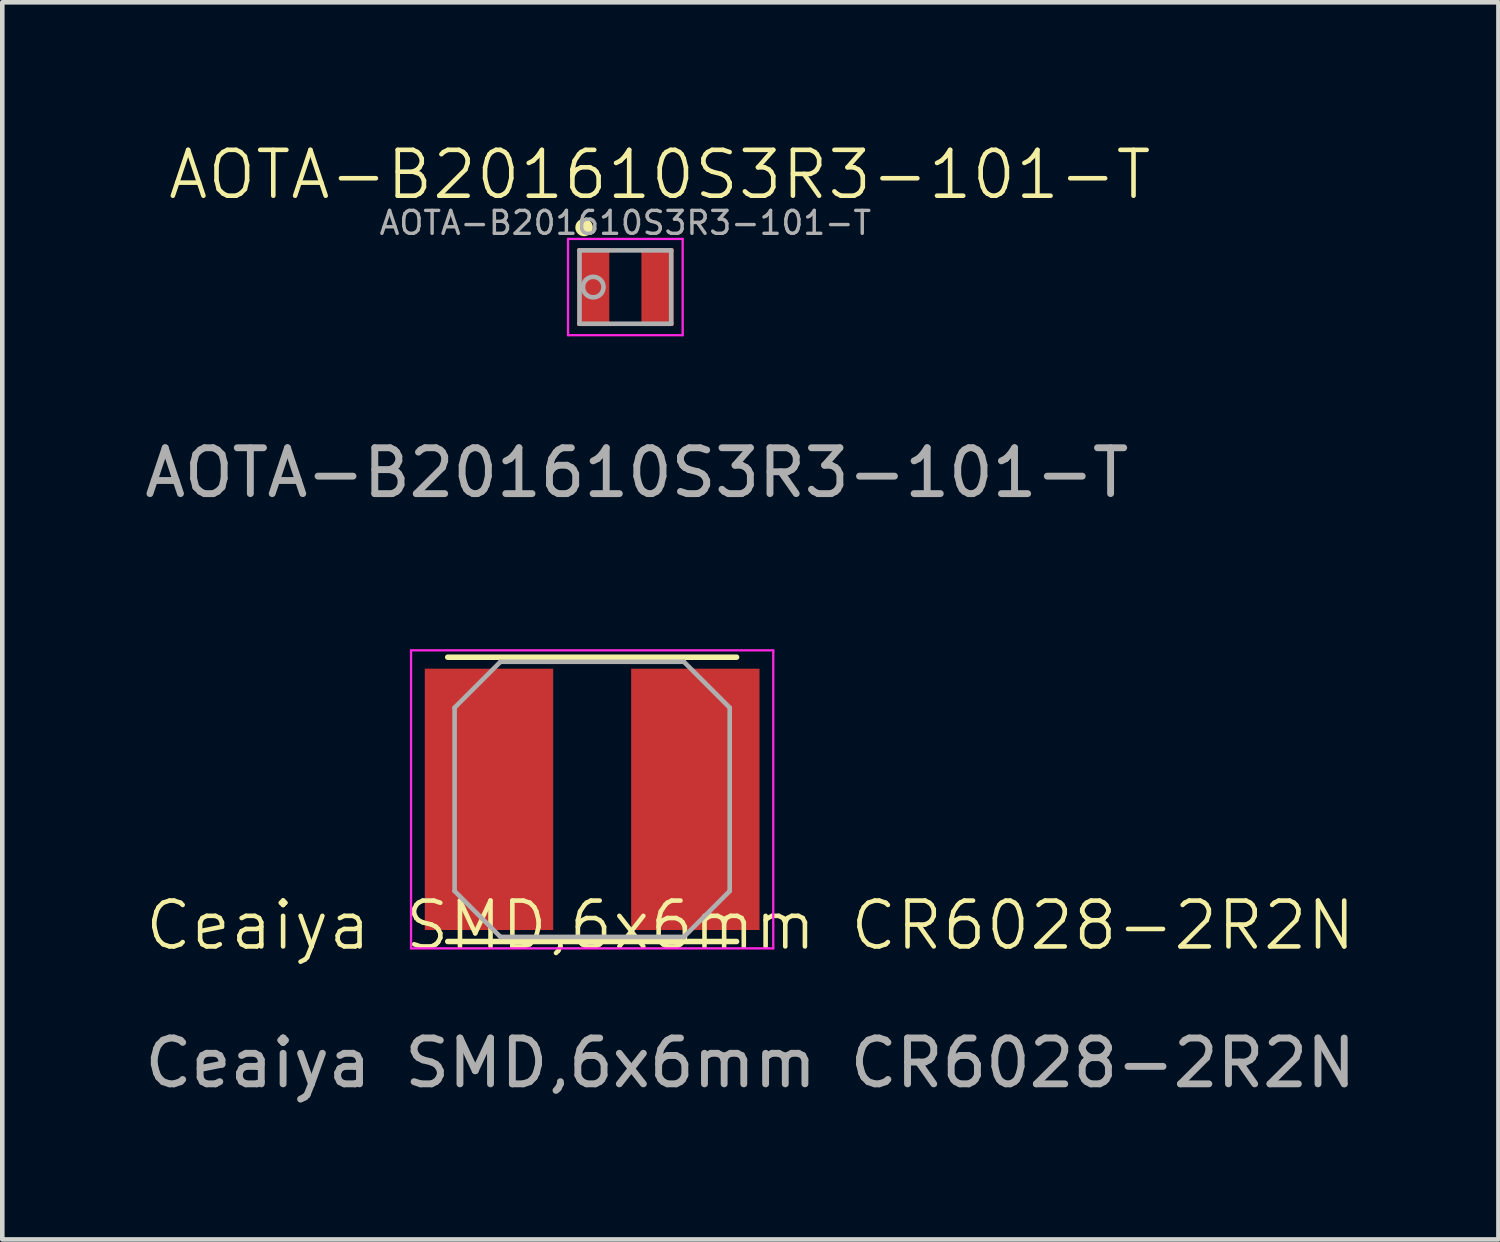
<source format=kicad_pcb>
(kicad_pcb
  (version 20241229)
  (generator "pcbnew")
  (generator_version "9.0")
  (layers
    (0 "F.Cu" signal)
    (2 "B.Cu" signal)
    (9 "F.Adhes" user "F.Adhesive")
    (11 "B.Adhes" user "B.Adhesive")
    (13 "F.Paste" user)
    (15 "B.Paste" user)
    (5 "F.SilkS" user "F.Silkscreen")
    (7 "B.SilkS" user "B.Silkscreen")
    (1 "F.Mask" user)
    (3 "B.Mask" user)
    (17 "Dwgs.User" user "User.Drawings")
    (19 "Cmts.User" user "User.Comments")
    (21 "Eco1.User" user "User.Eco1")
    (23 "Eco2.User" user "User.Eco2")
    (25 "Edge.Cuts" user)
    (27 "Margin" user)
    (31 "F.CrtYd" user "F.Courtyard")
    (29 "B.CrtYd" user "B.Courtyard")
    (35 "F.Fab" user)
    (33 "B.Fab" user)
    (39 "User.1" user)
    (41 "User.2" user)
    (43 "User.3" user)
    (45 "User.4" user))
  (footprint "Ceaiya SMD,6x6mm CR6028-2R2N"
    (layer "F.Cu")
    (at 13.315 17.634)
    (property "Reference" "Ceaiya SMD,6x6mm CR6028-2R2N" (at 0 -0.5 0) (unlocked yes) (layer "F.SilkS") (effects (font (size 1 1) (thickness 0.1))))
    (attr smd)
    (fp_line (start -6.6 -6.35) (end -0.3 -6.35) (stroke (width 0.12) (type solid)) (layer "F.SilkS"))
    (fp_line (start -6.6 -0.15) (end -0.3 -0.15) (stroke (width 0.12) (type solid)) (layer "F.SilkS"))
    (fp_line (start -7.4 -6.5) (end -7.4 0) (stroke (width 0.05) (type solid)) (layer "F.CrtYd"))
    (fp_line (start -7.4 0) (end 0.5 0) (stroke (width 0.05) (type solid)) (layer "F.CrtYd"))
    (fp_line (start 0.5 -6.5) (end -7.4 -6.5) (stroke (width 0.05) (type solid)) (layer "F.CrtYd"))
    (fp_line (start 0.5 0) (end 0.5 -6.5) (stroke (width 0.05) (type solid)) (layer "F.CrtYd"))
    (fp_line (start -6.45 -5.25) (end -5.45 -6.25) (stroke (width 0.1) (type solid)) (layer "F.Fab"))
    (fp_line (start -6.45 -1.25) (end -6.45 -5.25) (stroke (width 0.1) (type solid)) (layer "F.Fab"))
    (fp_line (start -6.45 -1.25) (end -5.45 -0.25) (stroke (width 0.1) (type solid)) (layer "F.Fab"))
    (fp_line (start -5.45 -6.25) (end -1.45 -6.25) (stroke (width 0.1) (type solid)) (layer "F.Fab"))
    (fp_line (start -5.45 -0.25) (end -1.45 -0.25) (stroke (width 0.1) (type solid)) (layer "F.Fab"))
    (fp_line (start -0.45 -5.25) (end -1.45 -6.25) (stroke (width 0.1) (type solid)) (layer "F.Fab"))
    (fp_line (start -0.45 -1.25) (end -1.45 -0.25) (stroke (width 0.1) (type solid)) (layer "F.Fab"))
    (fp_line (start -0.45 -1.25) (end -0.45 -5.25) (stroke (width 0.1) (type solid)) (layer "F.Fab"))
    (fp_text user "${REFERENCE}" (at 0 2.5 0) (unlocked yes) (layer "F.Fab") (effects (font (size 1 1) (thickness 0.15))))
    (pad "1" smd rect (at -5.7 -3.25) (size 2.8 5.7) (layers "F.Cu" "F.Mask" "F.Paste"))
    (pad "2" smd rect (at -1.2 -3.25) (size 2.8 5.7) (layers "F.Cu" "F.Mask" "F.Paste")))
  (footprint "AOTA-B201610S3R3-101-T"
    (layer "F.Cu")
    (at 11.839 4.261)
    (property "Reference" "AOTA-B201610S3R3-101-T" (at -0.5 -3.5 0) (unlocked yes) (layer "F.SilkS") (effects (font (size 1 1) (thickness 0.1))))
    (attr smd)
    (fp_circle (center -2.15 -2.35) (end -2.009 -2.35) (stroke (width 0.1) (type solid)) (fill yes) (layer "F.SilkS"))
    (fp_line (start -2.5 -2.1) (end -2.5 0) (stroke (width 0.05) (type solid)) (layer "F.CrtYd"))
    (fp_line (start -2.5 0) (end 0 0) (stroke (width 0.05) (type solid)) (layer "F.CrtYd"))
    (fp_line (start 0 -2.1) (end -2.5 -2.1) (stroke (width 0.05) (type solid)) (layer "F.CrtYd"))
    (fp_line (start 0 0) (end 0 -2.1) (stroke (width 0.05) (type solid)) (layer "F.CrtYd"))
    (fp_line (start -2.25 -1.85) (end -2.25 -0.25) (stroke (width 0.1) (type solid)) (layer "F.Fab"))
    (fp_line (start -2.25 -0.25) (end -0.25 -0.25) (stroke (width 0.1) (type solid)) (layer "F.Fab"))
    (fp_line (start -0.25 -1.85) (end -2.25 -1.85) (stroke (width 0.1) (type solid)) (layer "F.Fab"))
    (fp_line (start -0.25 -0.25) (end -0.25 -1.85) (stroke (width 0.1) (type solid)) (layer "F.Fab"))
    (fp_circle (center -1.95 -1.05) (end -1.726 -1.05) (stroke (width 0.1) (type solid)) (fill no) (layer "F.Fab"))
    (fp_text user "${REFERENCE}" (at -1.25 -2.45 0) (layer "F.Fab") (effects (font (size 0.5 0.5) (thickness 0.075))))
    (fp_text user "${REFERENCE}" (at -1 3 0) (unlocked yes) (layer "F.Fab") (effects (font (size 1 1) (thickness 0.15))))
    (pad "1" smd rect (at -1.95 -1.05) (size 0.7 1.7) (layers "F.Cu" "F.Mask" "F.Paste"))
    (pad "2" smd rect (at -0.55 -1.05) (size 0.7 1.7) (layers "F.Cu" "F.Mask" "F.Paste")))
  (gr_rect
    (start -3 -3)
    (end 29.631 23.982)
    (stroke (width 0.1) (type default))
    (fill no)
    (layer "Edge.Cuts")))
</source>
